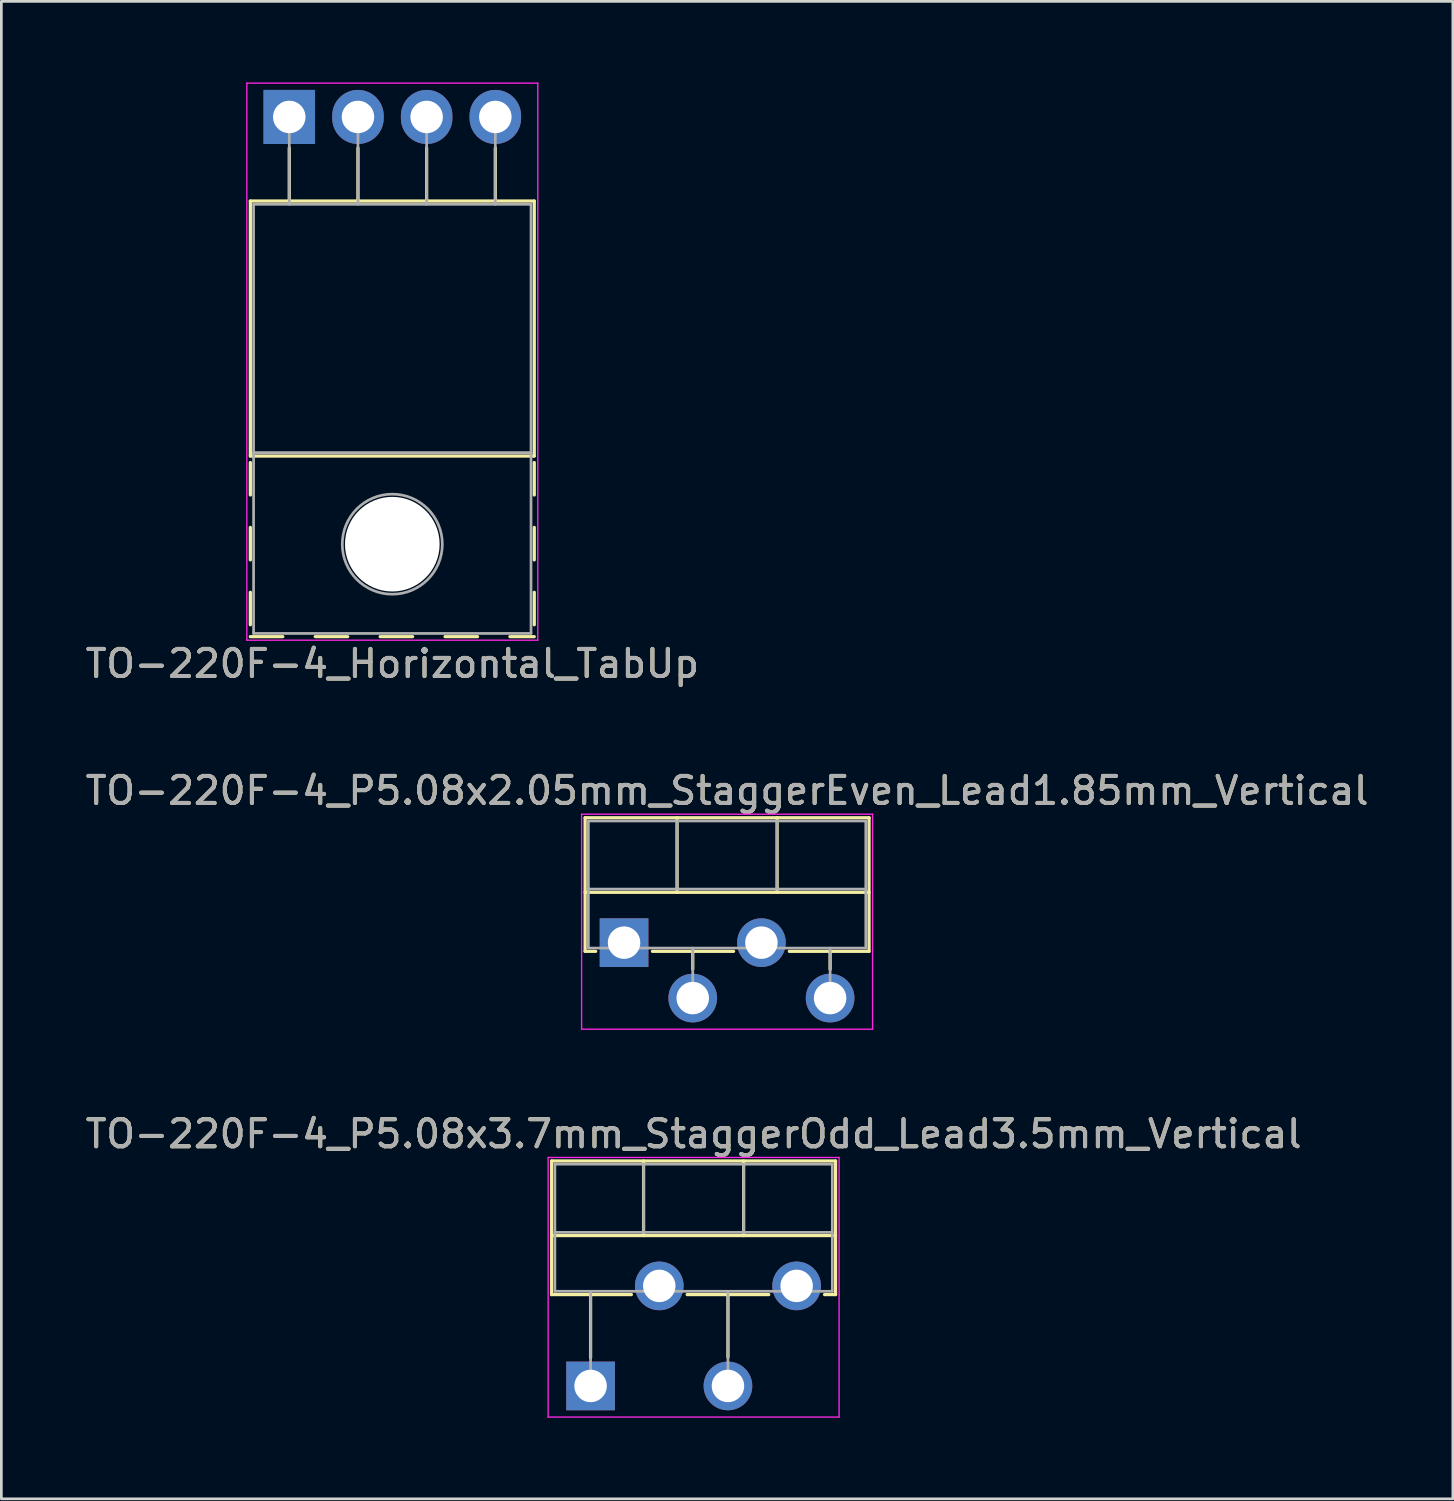
<source format=kicad_pcb>
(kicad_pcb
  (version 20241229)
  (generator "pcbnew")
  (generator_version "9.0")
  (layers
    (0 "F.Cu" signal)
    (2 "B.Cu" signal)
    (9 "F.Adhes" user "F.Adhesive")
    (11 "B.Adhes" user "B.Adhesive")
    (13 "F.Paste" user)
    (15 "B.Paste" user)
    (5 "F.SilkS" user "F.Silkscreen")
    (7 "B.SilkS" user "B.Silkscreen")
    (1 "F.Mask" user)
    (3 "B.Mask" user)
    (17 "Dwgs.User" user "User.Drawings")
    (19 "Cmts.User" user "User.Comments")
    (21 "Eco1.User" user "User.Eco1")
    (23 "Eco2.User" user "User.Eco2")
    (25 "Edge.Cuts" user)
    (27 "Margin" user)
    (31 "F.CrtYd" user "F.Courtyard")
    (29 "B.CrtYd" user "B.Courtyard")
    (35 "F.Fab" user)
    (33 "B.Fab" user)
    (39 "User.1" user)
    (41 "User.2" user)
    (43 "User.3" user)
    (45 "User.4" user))
  (footprint "TO-220F-4_P5.08x2.05mm_StaggerEven_Lead1.85mm_Vertical"
    (layer "F.Cu")
    (at 20.029 31.811)
    (property "Reference" "TO-220F-4_P5.08x2.05mm_StaggerEven_Lead1.85mm_Vertical" (at 3.81 -5.62 0) (layer "F.SilkS") (effects (font (size 1 1) (thickness 0.15))))
    (attr through_hole)
    (fp_line (start -1.44 -4.62) (end -1.44 0.321) (stroke (width 0.12) (type solid)) (layer "F.SilkS"))
    (fp_line (start -1.44 -4.62) (end 9.06 -4.62) (stroke (width 0.12) (type solid)) (layer "F.SilkS"))
    (fp_line (start -1.44 -1.861) (end 9.06 -1.861) (stroke (width 0.12) (type solid)) (layer "F.SilkS"))
    (fp_line (start -1.44 0.321) (end -1.05 0.321) (stroke (width 0.12) (type solid)) (layer "F.SilkS"))
    (fp_line (start 1.05 0.321) (end 4.049 0.321) (stroke (width 0.12) (type solid)) (layer "F.SilkS"))
    (fp_line (start 1.96 -4.62) (end 1.96 -1.861) (stroke (width 0.12) (type solid)) (layer "F.SilkS"))
    (fp_line (start 2.54 0.321) (end 2.54 0.985) (stroke (width 0.12) (type solid)) (layer "F.SilkS"))
    (fp_line (start 5.66 -4.62) (end 5.66 -1.861) (stroke (width 0.12) (type solid)) (layer "F.SilkS"))
    (fp_line (start 6.112 0.321) (end 9.06 0.321) (stroke (width 0.12) (type solid)) (layer "F.SilkS"))
    (fp_line (start 7.62 0.321) (end 7.62 0.985) (stroke (width 0.12) (type solid)) (layer "F.SilkS"))
    (fp_line (start 9.06 -4.62) (end 9.06 0.321) (stroke (width 0.12) (type solid)) (layer "F.SilkS"))
    (fp_line (start -1.57 -4.75) (end -1.57 3.2) (stroke (width 0.05) (type solid)) (layer "F.CrtYd"))
    (fp_line (start -1.57 3.2) (end 9.19 3.2) (stroke (width 0.05) (type solid)) (layer "F.CrtYd"))
    (fp_line (start 9.19 -4.75) (end -1.57 -4.75) (stroke (width 0.05) (type solid)) (layer "F.CrtYd"))
    (fp_line (start 9.19 3.2) (end 9.19 -4.75) (stroke (width 0.05) (type solid)) (layer "F.CrtYd"))
    (fp_line (start -1.32 -4.5) (end -1.32 0.2) (stroke (width 0.1) (type solid)) (layer "F.Fab"))
    (fp_line (start -1.32 -1.98) (end 8.94 -1.98) (stroke (width 0.1) (type solid)) (layer "F.Fab"))
    (fp_line (start -1.32 0.2) (end 8.94 0.2) (stroke (width 0.1) (type solid)) (layer "F.Fab"))
    (fp_line (start 1.96 -4.5) (end 1.96 -1.98) (stroke (width 0.1) (type solid)) (layer "F.Fab"))
    (fp_line (start 2.54 0.2) (end 2.54 2.05) (stroke (width 0.1) (type solid)) (layer "F.Fab"))
    (fp_line (start 5.66 -4.5) (end 5.66 -1.98) (stroke (width 0.1) (type solid)) (layer "F.Fab"))
    (fp_line (start 7.62 0.2) (end 7.62 2.05) (stroke (width 0.1) (type solid)) (layer "F.Fab"))
    (fp_line (start 8.94 -4.5) (end -1.32 -4.5) (stroke (width 0.1) (type solid)) (layer "F.Fab"))
    (fp_line (start 8.94 0.2) (end 8.94 -4.5) (stroke (width 0.1) (type solid)) (layer "F.Fab"))
    (fp_text user "${REFERENCE}" (at 3.81 -5.62 0) (layer "F.Fab") (effects (font (size 1 1) (thickness 0.15))))
    (pad "1" thru_hole rect (at 0 0) (size 1.8 1.8) (drill 1.2) (layers "*.Cu" "*.Mask"))
    (pad "2" thru_hole oval (at 2.54 2.05) (size 1.8 1.8) (drill 1.2) (layers "*.Cu" "*.Mask"))
    (pad "3" thru_hole oval (at 5.08 0) (size 1.8 1.8) (drill 1.2) (layers "*.Cu" "*.Mask"))
    (pad "4" thru_hole oval (at 7.62 2.05) (size 1.8 1.8) (drill 1.2) (layers "*.Cu" "*.Mask")))
  (footprint "TO-220F-4_P5.08x3.7mm_StaggerOdd_Lead3.5mm_Vertical"
    (layer "F.Cu")
    (at 18.791 48.205)
    (property "Reference" "TO-220F-4_P5.08x3.7mm_StaggerOdd_Lead3.5mm_Vertical" (at 3.81 -9.32 0) (layer "F.SilkS") (effects (font (size 1 1) (thickness 0.15))))
    (attr through_hole)
    (fp_line (start -1.44 -8.32) (end -1.44 -3.379) (stroke (width 0.12) (type solid)) (layer "F.SilkS"))
    (fp_line (start -1.44 -8.32) (end 9.06 -8.32) (stroke (width 0.12) (type solid)) (layer "F.SilkS"))
    (fp_line (start -1.44 -5.561) (end 9.06 -5.561) (stroke (width 0.12) (type solid)) (layer "F.SilkS"))
    (fp_line (start -1.44 -3.379) (end 1.509 -3.379) (stroke (width 0.12) (type solid)) (layer "F.SilkS"))
    (fp_line (start 0 -3.379) (end 0 -1.049) (stroke (width 0.12) (type solid)) (layer "F.SilkS"))
    (fp_line (start 1.96 -8.32) (end 1.96 -5.561) (stroke (width 0.12) (type solid)) (layer "F.SilkS"))
    (fp_line (start 3.572 -3.379) (end 6.589 -3.379) (stroke (width 0.12) (type solid)) (layer "F.SilkS"))
    (fp_line (start 5.08 -3.379) (end 5.08 -1.065) (stroke (width 0.12) (type solid)) (layer "F.SilkS"))
    (fp_line (start 5.66 -8.32) (end 5.66 -5.561) (stroke (width 0.12) (type solid)) (layer "F.SilkS"))
    (fp_line (start 8.652 -3.379) (end 9.06 -3.379) (stroke (width 0.12) (type solid)) (layer "F.SilkS"))
    (fp_line (start 9.06 -8.32) (end 9.06 -3.379) (stroke (width 0.12) (type solid)) (layer "F.SilkS"))
    (fp_line (start -1.57 -8.45) (end -1.57 1.15) (stroke (width 0.05) (type solid)) (layer "F.CrtYd"))
    (fp_line (start -1.57 1.15) (end 9.19 1.15) (stroke (width 0.05) (type solid)) (layer "F.CrtYd"))
    (fp_line (start 9.19 -8.45) (end -1.57 -8.45) (stroke (width 0.05) (type solid)) (layer "F.CrtYd"))
    (fp_line (start 9.19 1.15) (end 9.19 -8.45) (stroke (width 0.05) (type solid)) (layer "F.CrtYd"))
    (fp_line (start -1.32 -8.2) (end -1.32 -3.5) (stroke (width 0.1) (type solid)) (layer "F.Fab"))
    (fp_line (start -1.32 -5.68) (end 8.94 -5.68) (stroke (width 0.1) (type solid)) (layer "F.Fab"))
    (fp_line (start -1.32 -3.5) (end 8.94 -3.5) (stroke (width 0.1) (type solid)) (layer "F.Fab"))
    (fp_line (start 0 -3.5) (end 0 0) (stroke (width 0.1) (type solid)) (layer "F.Fab"))
    (fp_line (start 1.96 -8.2) (end 1.96 -5.68) (stroke (width 0.1) (type solid)) (layer "F.Fab"))
    (fp_line (start 5.08 -3.5) (end 5.08 0) (stroke (width 0.1) (type solid)) (layer "F.Fab"))
    (fp_line (start 5.66 -8.2) (end 5.66 -5.68) (stroke (width 0.1) (type solid)) (layer "F.Fab"))
    (fp_line (start 8.94 -8.2) (end -1.32 -8.2) (stroke (width 0.1) (type solid)) (layer "F.Fab"))
    (fp_line (start 8.94 -3.5) (end 8.94 -8.2) (stroke (width 0.1) (type solid)) (layer "F.Fab"))
    (fp_text user "${REFERENCE}" (at 3.81 -9.32 0) (layer "F.Fab") (effects (font (size 1 1) (thickness 0.15))))
    (pad "1" thru_hole rect (at 0 0) (size 1.8 1.8) (drill 1.2) (layers "*.Cu" "*.Mask"))
    (pad "2" thru_hole oval (at 2.54 -3.7) (size 1.8 1.8) (drill 1.2) (layers "*.Cu" "*.Mask"))
    (pad "3" thru_hole oval (at 5.08 0) (size 1.8 1.8) (drill 1.2) (layers "*.Cu" "*.Mask"))
    (pad "4" thru_hole oval (at 7.62 -3.7) (size 1.8 1.8) (drill 1.2) (layers "*.Cu" "*.Mask")))
  (footprint "TO-220F-4_Horizontal_TabUp"
    (layer "F.Cu")
    (at 7.648 1.275)
    (property "Reference" "TO-220F-4_Horizontal_TabUp" (at 3.81 20.22 0) (layer "F.SilkS") (effects (font (size 1 1) (thickness 0.15))))
    (attr through_hole)
    (fp_line (start -1.44 3.11) (end -1.44 12.54) (stroke (width 0.12) (type solid)) (layer "F.SilkS"))
    (fp_line (start -1.44 3.11) (end 9.06 3.11) (stroke (width 0.12) (type solid)) (layer "F.SilkS"))
    (fp_line (start -1.44 12.54) (end 9.06 12.54) (stroke (width 0.12) (type solid)) (layer "F.SilkS"))
    (fp_line (start -1.44 12.78) (end -1.44 13.98) (stroke (width 0.12) (type solid)) (layer "F.SilkS"))
    (fp_line (start -1.44 15.18) (end -1.44 16.38) (stroke (width 0.12) (type solid)) (layer "F.SilkS"))
    (fp_line (start -1.44 17.58) (end -1.44 18.78) (stroke (width 0.12) (type solid)) (layer "F.SilkS"))
    (fp_line (start -1.44 19.22) (end -0.24 19.22) (stroke (width 0.12) (type solid)) (layer "F.SilkS"))
    (fp_line (start 0 1.15) (end 0 3.11) (stroke (width 0.12) (type solid)) (layer "F.SilkS"))
    (fp_line (start 0.96 19.22) (end 2.16 19.22) (stroke (width 0.12) (type solid)) (layer "F.SilkS"))
    (fp_line (start 2.54 1.15) (end 2.54 3.11) (stroke (width 0.12) (type solid)) (layer "F.SilkS"))
    (fp_line (start 3.361 19.22) (end 4.56 19.22) (stroke (width 0.12) (type solid)) (layer "F.SilkS"))
    (fp_line (start 5.08 1.15) (end 5.08 3.11) (stroke (width 0.12) (type solid)) (layer "F.SilkS"))
    (fp_line (start 5.761 19.22) (end 6.961 19.22) (stroke (width 0.12) (type solid)) (layer "F.SilkS"))
    (fp_line (start 7.62 1.15) (end 7.62 3.11) (stroke (width 0.12) (type solid)) (layer "F.SilkS"))
    (fp_line (start 8.16 19.22) (end 9.06 19.22) (stroke (width 0.12) (type solid)) (layer "F.SilkS"))
    (fp_line (start 9.06 3.11) (end 9.06 12.54) (stroke (width 0.12) (type solid)) (layer "F.SilkS"))
    (fp_line (start 9.06 12.78) (end 9.06 13.98) (stroke (width 0.12) (type solid)) (layer "F.SilkS"))
    (fp_line (start 9.06 15.18) (end 9.06 16.38) (stroke (width 0.12) (type solid)) (layer "F.SilkS"))
    (fp_line (start 9.06 17.58) (end 9.06 18.78) (stroke (width 0.12) (type solid)) (layer "F.SilkS"))
    (fp_line (start -1.57 -1.25) (end -1.57 19.35) (stroke (width 0.05) (type solid)) (layer "F.CrtYd"))
    (fp_line (start -1.57 19.35) (end 9.19 19.35) (stroke (width 0.05) (type solid)) (layer "F.CrtYd"))
    (fp_line (start 9.19 -1.25) (end -1.57 -1.25) (stroke (width 0.05) (type solid)) (layer "F.CrtYd"))
    (fp_line (start 9.19 19.35) (end 9.19 -1.25) (stroke (width 0.05) (type solid)) (layer "F.CrtYd"))
    (fp_line (start -1.32 3.23) (end -1.32 12.42) (stroke (width 0.1) (type solid)) (layer "F.Fab"))
    (fp_line (start -1.32 12.42) (end -1.32 19.1) (stroke (width 0.1) (type solid)) (layer "F.Fab"))
    (fp_line (start -1.32 12.42) (end 8.94 12.42) (stroke (width 0.1) (type solid)) (layer "F.Fab"))
    (fp_line (start -1.32 19.1) (end 8.94 19.1) (stroke (width 0.1) (type solid)) (layer "F.Fab"))
    (fp_line (start 0 3.23) (end 0 0) (stroke (width 0.1) (type solid)) (layer "F.Fab"))
    (fp_line (start 2.54 3.23) (end 2.54 0) (stroke (width 0.1) (type solid)) (layer "F.Fab"))
    (fp_line (start 5.08 3.23) (end 5.08 0) (stroke (width 0.1) (type solid)) (layer "F.Fab"))
    (fp_line (start 7.62 3.23) (end 7.62 0) (stroke (width 0.1) (type solid)) (layer "F.Fab"))
    (fp_line (start 8.94 3.23) (end -1.32 3.23) (stroke (width 0.1) (type solid)) (layer "F.Fab"))
    (fp_line (start 8.94 12.42) (end -1.32 12.42) (stroke (width 0.1) (type solid)) (layer "F.Fab"))
    (fp_line (start 8.94 12.42) (end 8.94 3.23) (stroke (width 0.1) (type solid)) (layer "F.Fab"))
    (fp_line (start 8.94 19.1) (end 8.94 12.42) (stroke (width 0.1) (type solid)) (layer "F.Fab"))
    (fp_circle (center 3.81 15.8) (end 5.66 15.8) (stroke (width 0.1) (type solid)) (fill no) (layer "F.Fab"))
    (fp_text user "${REFERENCE}" (at 3.81 20.22 0) (layer "F.Fab") (effects (font (size 1 1) (thickness 0.15))))
    (pad "" np_thru_hole oval (at 3.81 15.8) (size 3.5 3.5) (drill 3.5) (layers "*.Cu" "*.Mask"))
    (pad "1" thru_hole rect (at 0 0) (size 1.905 2) (drill 1.2) (layers "*.Cu" "*.Mask"))
    (pad "2" thru_hole oval (at 2.54 0) (size 1.905 2) (drill 1.2) (layers "*.Cu" "*.Mask"))
    (pad "3" thru_hole oval (at 5.08 0) (size 1.905 2) (drill 1.2) (layers "*.Cu" "*.Mask"))
    (pad "4" thru_hole oval (at 7.62 0) (size 1.905 2) (drill 1.2) (layers "*.Cu" "*.Mask")))
  (gr_rect
    (start -3 -3)
    (end 50.679 52.38)
    (stroke (width 0.1) (type default))
    (fill no)
    (layer "Edge.Cuts")))
</source>
